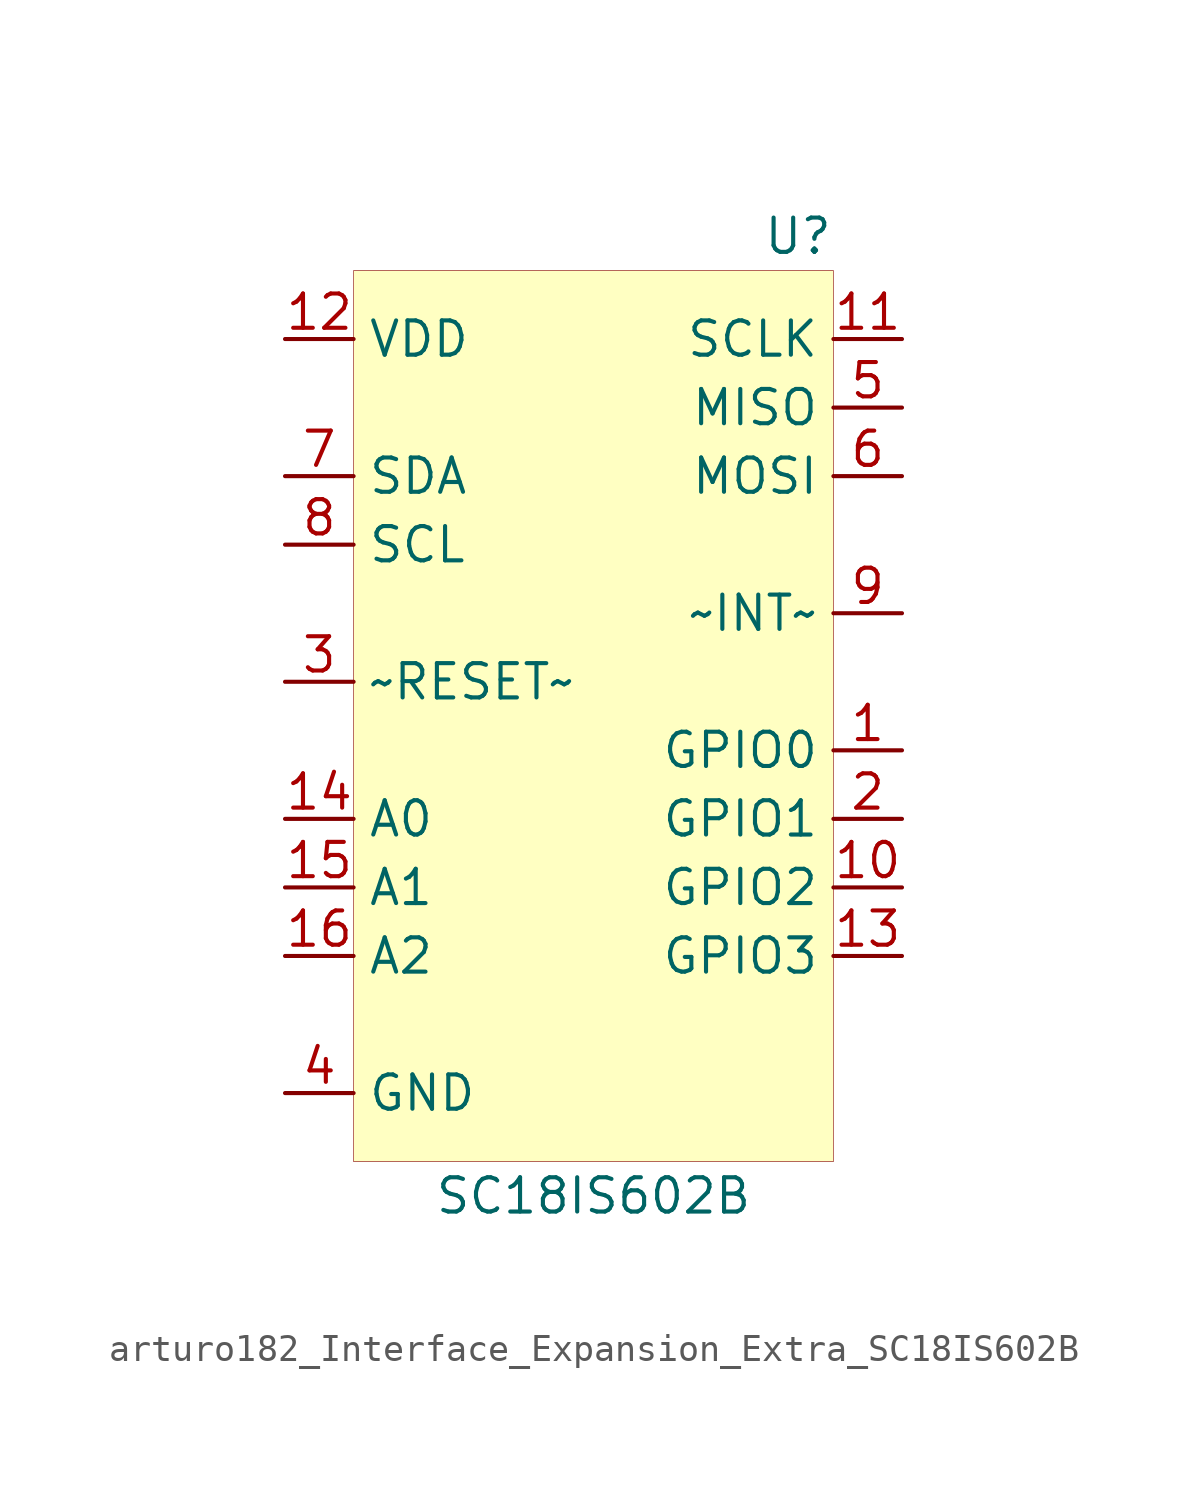
<source format=kicad_sym>
(kicad_symbol_lib
  (version 20220914)
  (generator kicad_symbol_editor)
  (symbol "Interface_Expansion_Extra:arturo182_Interface_Expansion_Extra_SC18IS602B"
    (property "Reference" "U"
      (at 8.89 16.51 0)
      (effects (font (size 1.27 1.27)) (justify right)))
    (property "Value" "SC18IS602B"
      (at 0 -19.05 0)
      (effects (font (size 1.27 1.27))))
    (symbol "arturo182_Interface_Expansion_Extra_SC18IS602B_0_1"
      (rectangle (start -8.89 15.24) (end 8.89 -17.78) (stroke (width 0.001)) (fill (type background))))
    (symbol "arturo182_Interface_Expansion_Extra_SC18IS602B_0_0"
      (pin bidirectional line (at 11.43 -2.54 180) (length 2.54) (name "GPIO0" (effects (font (size 1.27 1.27)))) (number "1" (effects (font (size 1.27 1.27)))))
      (pin bidirectional line (at 11.43 -5.08 180) (length 2.54) (name "GPIO1" (effects (font (size 1.27 1.27)))) (number "2" (effects (font (size 1.27 1.27)))))
      (pin input line (at -11.43 0 0) (length 2.54) (name "~RESET~" (effects (font (size 1.27 1.27)))) (number "3" (effects (font (size 1.27 1.27)))))
      (pin power_in line (at -11.43 -15.24 0) (length 2.54) (name "GND" (effects (font (size 1.27 1.27)))) (number "4" (effects (font (size 1.27 1.27)))))
      (pin input line (at 11.43 10.16 180) (length 2.54) (name "MISO" (effects (font (size 1.27 1.27)))) (number "5" (effects (font (size 1.27 1.27)))))
      (pin output line (at 11.43 7.62 180) (length 2.54) (name "MOSI" (effects (font (size 1.27 1.27)))) (number "6" (effects (font (size 1.27 1.27)))))
      (pin bidirectional line (at -11.43 7.62 0) (length 2.54) (name "SDA" (effects (font (size 1.27 1.27)))) (number "7" (effects (font (size 1.27 1.27)))))
      (pin input line (at -11.43 5.08 0) (length 2.54) (name "SCL" (effects (font (size 1.27 1.27)))) (number "8" (effects (font (size 1.27 1.27)))))
      (pin output line (at 11.43 2.54 180) (length 2.54) (name "~INT~" (effects (font (size 1.27 1.27)))) (number "9" (effects (font (size 1.27 1.27)))))
      (pin bidirectional line (at 11.43 -7.62 180) (length 2.54) (name "GPIO2" (effects (font (size 1.27 1.27)))) (number "10" (effects (font (size 1.27 1.27)))))
      (pin output line (at 11.43 12.7 180) (length 2.54) (name "SCLK" (effects (font (size 1.27 1.27)))) (number "11" (effects (font (size 1.27 1.27)))))
      (pin power_in line (at -11.43 12.7 0) (length 2.54) (name "VDD" (effects (font (size 1.27 1.27)))) (number "12" (effects (font (size 1.27 1.27)))))
      (pin bidirectional line (at 11.43 -10.16 180) (length 2.54) (name "GPIO3" (effects (font (size 1.27 1.27)))) (number "13" (effects (font (size 1.27 1.27)))))
      (pin input line (at -11.43 -5.08 0) (length 2.54) (name "A0" (effects (font (size 1.27 1.27)))) (number "14" (effects (font (size 1.27 1.27)))))
      (pin input line (at -11.43 -7.62 0) (length 2.54) (name "A1" (effects (font (size 1.27 1.27)))) (number "15" (effects (font (size 1.27 1.27)))))
      (pin input line (at -11.43 -10.16 0) (length 2.54) (name "A2" (effects (font (size 1.27 1.27)))) (number "16" (effects (font (size 1.27 1.27))))))))
</source>
